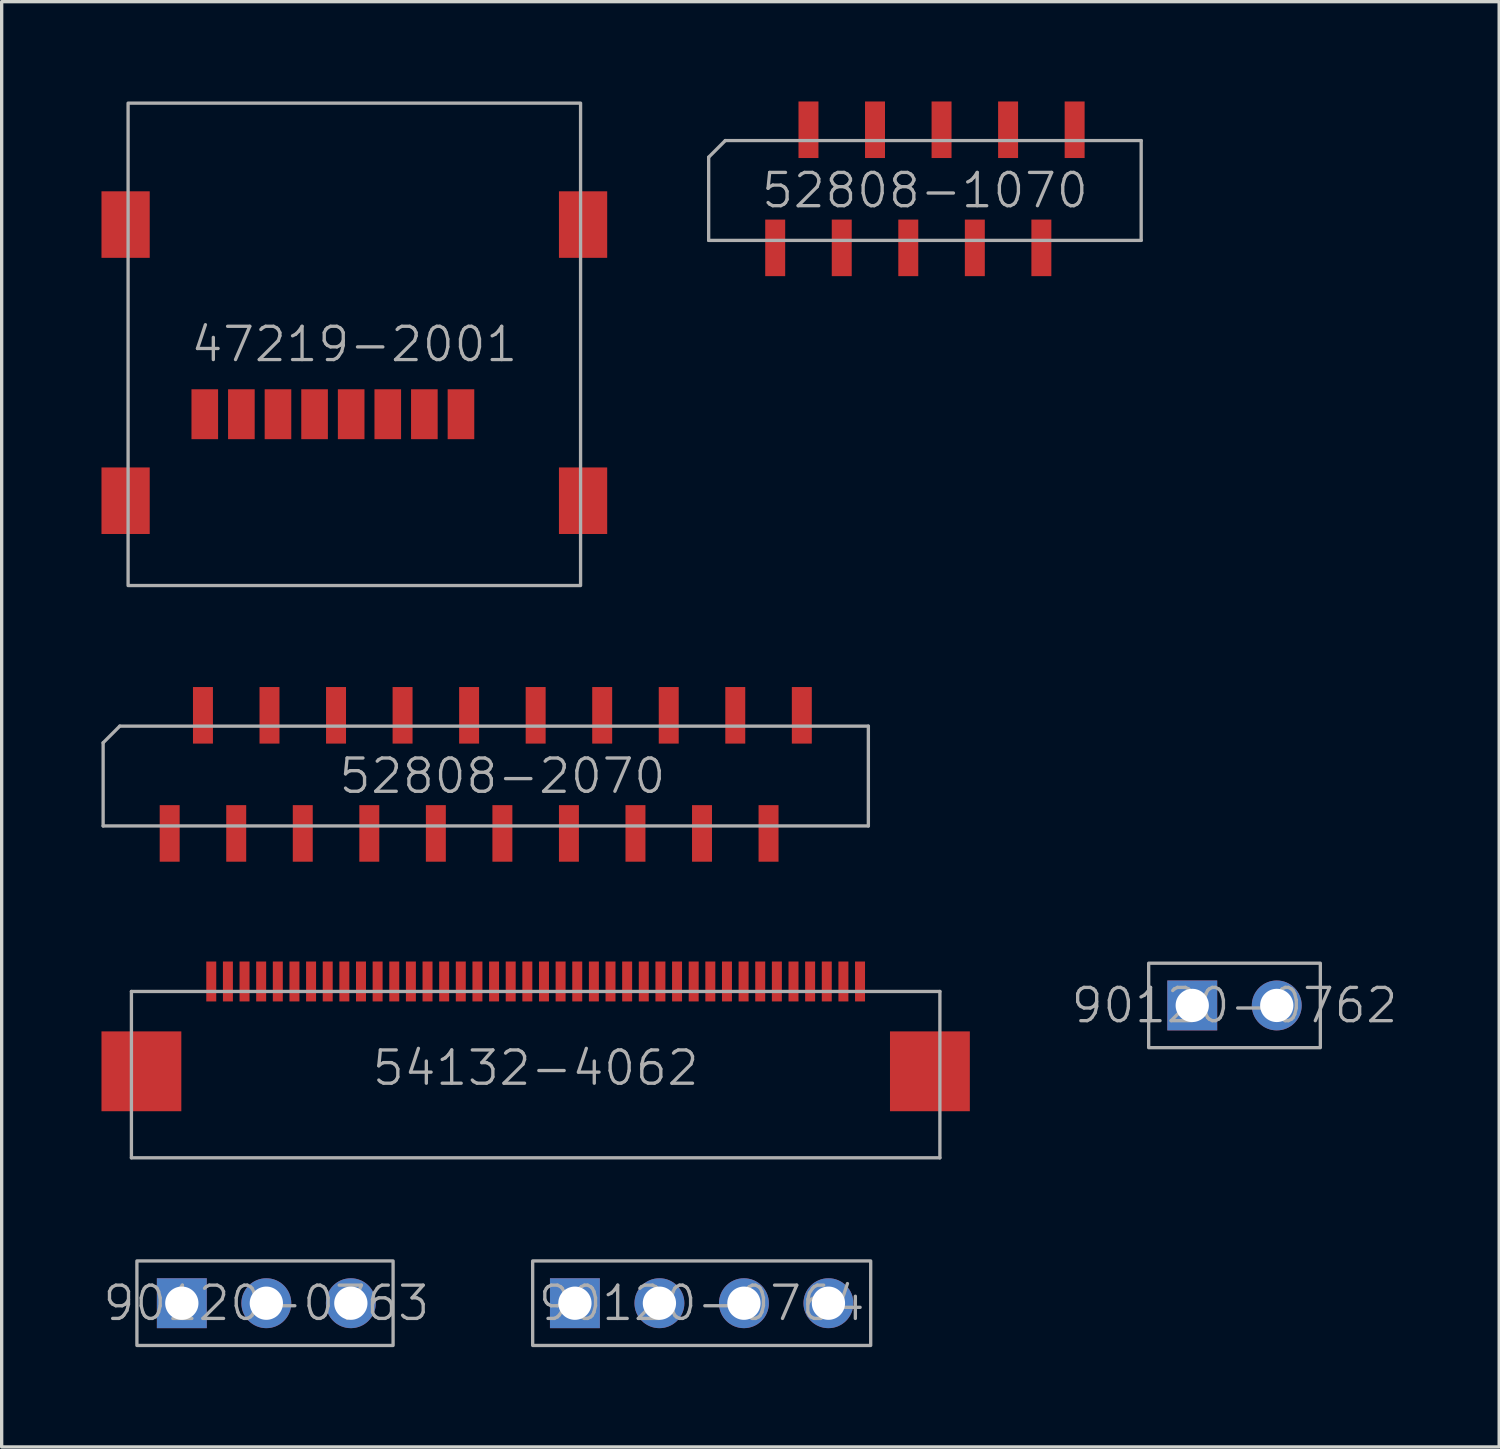
<source format=kicad_pcb>
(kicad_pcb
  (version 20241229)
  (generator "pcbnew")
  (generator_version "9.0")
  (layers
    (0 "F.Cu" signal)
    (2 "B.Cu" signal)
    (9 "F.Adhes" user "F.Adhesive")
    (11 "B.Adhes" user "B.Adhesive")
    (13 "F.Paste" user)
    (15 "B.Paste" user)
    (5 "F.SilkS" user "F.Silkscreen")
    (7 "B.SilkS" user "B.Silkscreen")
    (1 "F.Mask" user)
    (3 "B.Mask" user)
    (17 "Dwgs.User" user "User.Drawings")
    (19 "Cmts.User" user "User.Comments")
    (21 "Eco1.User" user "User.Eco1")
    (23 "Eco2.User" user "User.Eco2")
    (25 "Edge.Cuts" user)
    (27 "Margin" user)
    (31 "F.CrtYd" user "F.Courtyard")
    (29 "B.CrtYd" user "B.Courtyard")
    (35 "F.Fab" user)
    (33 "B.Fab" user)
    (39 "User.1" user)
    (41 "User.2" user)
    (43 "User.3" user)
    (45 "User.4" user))
  (footprint "54132-4062"
    (layer "F.Cu")
    (at 13.05 27.05)
    (property "Reference" "54132-4062" (at 0 2 0) (unlocked yes) (layer "F.Fab") (effects (font (size 1 1) (thickness 0.1))))
    (attr smd)
    (fp_line (start -12.15 -0.3) (end -12.15 4.7) (stroke (width 0.1) (type default)) (layer "F.Fab"))
    (fp_line (start -12.15 -0.3) (end 12.15 -0.3) (stroke (width 0.1) (type default)) (layer "F.Fab"))
    (fp_line (start -12.15 4.7) (end 12.15 4.7) (stroke (width 0.1) (type default)) (layer "F.Fab"))
    (fp_line (start 12.15 -0.3) (end 12.15 4.7) (stroke (width 0.1) (type default)) (layer "F.Fab"))
    (pad "" smd rect (at -11.85 2.1) (size 2.4 2.4) (layers "F.Cu" "F.Mask" "F.Paste"))
    (pad "" smd rect (at 11.85 2.1) (size 2.4 2.4) (layers "F.Cu" "F.Mask" "F.Paste"))
    (pad "1" smd rect (at -9.75 -0.6) (size 0.3 1.2) (layers "F.Cu" "F.Mask" "F.Paste"))
    (pad "2" smd rect (at -9.25 -0.6) (size 0.3 1.2) (layers "F.Cu" "F.Mask" "F.Paste"))
    (pad "3" smd rect (at -8.75 -0.6) (size 0.3 1.2) (layers "F.Cu" "F.Mask" "F.Paste"))
    (pad "4" smd rect (at -8.25 -0.6) (size 0.3 1.2) (layers "F.Cu" "F.Mask" "F.Paste"))
    (pad "5" smd rect (at -7.75 -0.6) (size 0.3 1.2) (layers "F.Cu" "F.Mask" "F.Paste"))
    (pad "6" smd rect (at -7.25 -0.6) (size 0.3 1.2) (layers "F.Cu" "F.Mask" "F.Paste"))
    (pad "7" smd rect (at -6.75 -0.6) (size 0.3 1.2) (layers "F.Cu" "F.Mask" "F.Paste"))
    (pad "8" smd rect (at -6.25 -0.6) (size 0.3 1.2) (layers "F.Cu" "F.Mask" "F.Paste"))
    (pad "9" smd rect (at -5.75 -0.6) (size 0.3 1.2) (layers "F.Cu" "F.Mask" "F.Paste"))
    (pad "10" smd rect (at -5.25 -0.6) (size 0.3 1.2) (layers "F.Cu" "F.Mask" "F.Paste"))
    (pad "11" smd rect (at -4.75 -0.6) (size 0.3 1.2) (layers "F.Cu" "F.Mask" "F.Paste"))
    (pad "12" smd rect (at -4.25 -0.6) (size 0.3 1.2) (layers "F.Cu" "F.Mask" "F.Paste"))
    (pad "13" smd rect (at -3.75 -0.6) (size 0.3 1.2) (layers "F.Cu" "F.Mask" "F.Paste"))
    (pad "14" smd rect (at -3.25 -0.6) (size 0.3 1.2) (layers "F.Cu" "F.Mask" "F.Paste"))
    (pad "15" smd rect (at -2.75 -0.6) (size 0.3 1.2) (layers "F.Cu" "F.Mask" "F.Paste"))
    (pad "16" smd rect (at -2.25 -0.6) (size 0.3 1.2) (layers "F.Cu" "F.Mask" "F.Paste"))
    (pad "17" smd rect (at -1.75 -0.6) (size 0.3 1.2) (layers "F.Cu" "F.Mask" "F.Paste"))
    (pad "18" smd rect (at -1.25 -0.6) (size 0.3 1.2) (layers "F.Cu" "F.Mask" "F.Paste"))
    (pad "19" smd rect (at -0.75 -0.6) (size 0.3 1.2) (layers "F.Cu" "F.Mask" "F.Paste"))
    (pad "20" smd rect (at -0.25 -0.6) (size 0.3 1.2) (layers "F.Cu" "F.Mask" "F.Paste"))
    (pad "21" smd rect (at 0.25 -0.6) (size 0.3 1.2) (layers "F.Cu" "F.Mask" "F.Paste"))
    (pad "22" smd rect (at 0.75 -0.6) (size 0.3 1.2) (layers "F.Cu" "F.Mask" "F.Paste"))
    (pad "23" smd rect (at 1.25 -0.6) (size 0.3 1.2) (layers "F.Cu" "F.Mask" "F.Paste"))
    (pad "24" smd rect (at 2.25 -0.6) (size 0.3 1.2) (layers "F.Cu" "F.Mask" "F.Paste"))
    (pad "25" smd rect (at 1.75 -0.6) (size 0.3 1.2) (layers "F.Cu" "F.Mask" "F.Paste"))
    (pad "26" smd rect (at 3.25 -0.6) (size 0.3 1.2) (layers "F.Cu" "F.Mask" "F.Paste"))
    (pad "27" smd rect (at 2.75 -0.6) (size 0.3 1.2) (layers "F.Cu" "F.Mask" "F.Paste"))
    (pad "28" smd rect (at 3.75 -0.6) (size 0.3 1.2) (layers "F.Cu" "F.Mask" "F.Paste"))
    (pad "29" smd rect (at 4.25 -0.6) (size 0.3 1.2) (layers "F.Cu" "F.Mask" "F.Paste"))
    (pad "30" smd rect (at 4.75 -0.6) (size 0.3 1.2) (layers "F.Cu" "F.Mask" "F.Paste"))
    (pad "31" smd rect (at 5.25 -0.6) (size 0.3 1.2) (layers "F.Cu" "F.Mask" "F.Paste"))
    (pad "32" smd rect (at 5.75 -0.6) (size 0.3 1.2) (layers "F.Cu" "F.Mask" "F.Paste"))
    (pad "33" smd rect (at 6.25 -0.6) (size 0.3 1.2) (layers "F.Cu" "F.Mask" "F.Paste"))
    (pad "34" smd rect (at 6.75 -0.6) (size 0.3 1.2) (layers "F.Cu" "F.Mask" "F.Paste"))
    (pad "35" smd rect (at 7.75 -0.6) (size 0.3 1.2) (layers "F.Cu" "F.Mask" "F.Paste"))
    (pad "36" smd rect (at 7.25 -0.6) (size 0.3 1.2) (layers "F.Cu" "F.Mask" "F.Paste"))
    (pad "37" smd rect (at 8.25 -0.6) (size 0.3 1.2) (layers "F.Cu" "F.Mask" "F.Paste"))
    (pad "38" smd rect (at 8.75 -0.6) (size 0.3 1.2) (layers "F.Cu" "F.Mask" "F.Paste"))
    (pad "39" smd rect (at 9.25 -0.6) (size 0.3 1.2) (layers "F.Cu" "F.Mask" "F.Paste"))
    (pad "40" smd rect (at 9.75 -0.6) (size 0.3 1.2) (layers "F.Cu" "F.Mask" "F.Paste")))
  (footprint "52808-2070"
    (layer "F.Cu")
    (at 11.55 20.275)
    (property "Reference" "52808-2070" (at 0.5 0 0) (unlocked yes) (layer "F.Fab") (effects (font (size 1 1) (thickness 0.1))))
    (attr smd)
    (fp_line (start -11.5 -1) (end -11 -1.5) (stroke (width 0.1) (type default)) (layer "F.Fab"))
    (fp_line (start -11.5 1.5) (end -11.5 -1) (stroke (width 0.1) (type default)) (layer "F.Fab"))
    (fp_line (start -11.5 1.5) (end 11.5 1.5) (stroke (width 0.1) (type default)) (layer "F.Fab"))
    (fp_line (start -11 -1.5) (end 11.5 -1.5) (stroke (width 0.1) (type default)) (layer "F.Fab"))
    (fp_line (start 11.5 1.5) (end 11.5 -1.5) (stroke (width 0.1) (type default)) (layer "F.Fab"))
    (pad "1" smd rect (at -9.5 1.725) (size 0.6 1.7) (layers "F.Cu" "F.Mask" "F.Paste"))
    (pad "2" smd rect (at -8.5 -1.825) (size 0.6 1.7) (layers "F.Cu" "F.Mask" "F.Paste"))
    (pad "3" smd rect (at -7.5 1.725) (size 0.6 1.7) (layers "F.Cu" "F.Mask" "F.Paste"))
    (pad "4" smd rect (at -6.5 -1.825) (size 0.6 1.7) (layers "F.Cu" "F.Mask" "F.Paste"))
    (pad "5" smd rect (at -5.5 1.725) (size 0.6 1.7) (layers "F.Cu" "F.Mask" "F.Paste"))
    (pad "6" smd rect (at -4.5 -1.825) (size 0.6 1.7) (layers "F.Cu" "F.Mask" "F.Paste"))
    (pad "7" smd rect (at -3.5 1.725) (size 0.6 1.7) (layers "F.Cu" "F.Mask" "F.Paste"))
    (pad "8" smd rect (at -2.5 -1.825) (size 0.6 1.7) (layers "F.Cu" "F.Mask" "F.Paste"))
    (pad "9" smd rect (at -1.5 1.725) (size 0.6 1.7) (layers "F.Cu" "F.Mask" "F.Paste"))
    (pad "10" smd rect (at -0.5 -1.825) (size 0.6 1.7) (layers "F.Cu" "F.Mask" "F.Paste"))
    (pad "11" smd rect (at 0.5 1.725) (size 0.6 1.7) (layers "F.Cu" "F.Mask" "F.Paste"))
    (pad "12" smd rect (at 1.5 -1.825) (size 0.6 1.7) (layers "F.Cu" "F.Mask" "F.Paste"))
    (pad "13" smd rect (at 2.5 1.725) (size 0.6 1.7) (layers "F.Cu" "F.Mask" "F.Paste"))
    (pad "14" smd rect (at 3.5 -1.825) (size 0.6 1.7) (layers "F.Cu" "F.Mask" "F.Paste"))
    (pad "15" smd rect (at 4.5 1.725) (size 0.6 1.7) (layers "F.Cu" "F.Mask" "F.Paste"))
    (pad "16" smd rect (at 5.5 -1.825) (size 0.6 1.7) (layers "F.Cu" "F.Mask" "F.Paste"))
    (pad "17" smd rect (at 6.5 1.725) (size 0.6 1.7) (layers "F.Cu" "F.Mask" "F.Paste"))
    (pad "18" smd rect (at 7.5 -1.825) (size 0.6 1.7) (layers "F.Cu" "F.Mask" "F.Paste"))
    (pad "19" smd rect (at 8.5 1.725) (size 0.6 1.7) (layers "F.Cu" "F.Mask" "F.Paste"))
    (pad "20" smd rect (at 9.5 -1.825) (size 0.6 1.7) (layers "F.Cu" "F.Mask" "F.Paste")))
  (footprint "90120-0763"
    (layer "F.Cu")
    (at 4.955 36.12)
    (property "Reference" "90120-0763" (at 0 0 0) (unlocked yes) (layer "F.Fab") (effects (font (size 1 1) (thickness 0.1))))
    (attr through_hole)
    (fp_rect (start -3.89 -1.27) (end 3.81 1.27) (stroke (width 0.1) (type default)) (fill no) (layer "F.Fab"))
    (pad "1" thru_hole rect (at -2.54 0) (size 1.5 1.5) (drill 1) (layers "*.Cu" "*.Mask"))
    (pad "2" thru_hole circle (at 0 0) (size 1.5 1.5) (drill 1) (layers "*.Cu" "*.Mask"))
    (pad "3" thru_hole circle (at 2.54 0) (size 1.5 1.5) (drill 1) (layers "*.Cu" "*.Mask")))
  (footprint "47219-2001"
    (layer "F.Cu")
    (at 7.6 7.3)
    (property "Reference" "47219-2001" (at 0 0 0) (unlocked yes) (layer "F.Fab") (effects (font (size 1 1) (thickness 0.1))))
    (attr smd)
    (fp_rect (start -6.8 7.25) (end 6.8 -7.25) (stroke (width 0.1) (type default)) (fill no) (layer "F.Fab"))
    (pad "1" smd rect (at 3.205 2.1) (size 0.8 1.5) (layers "F.Cu" "F.Mask" "F.Paste"))
    (pad "2" smd rect (at 2.105 2.1) (size 0.8 1.5) (layers "F.Cu" "F.Mask" "F.Paste"))
    (pad "3" smd rect (at 1.005 2.1) (size 0.8 1.5) (layers "F.Cu" "F.Mask" "F.Paste"))
    (pad "4" smd rect (at -0.095 2.1) (size 0.8 1.5) (layers "F.Cu" "F.Mask" "F.Paste"))
    (pad "5" smd rect (at -1.195 2.1) (size 0.8 1.5) (layers "F.Cu" "F.Mask" "F.Paste"))
    (pad "6" smd rect (at -2.295 2.1) (size 0.8 1.5) (layers "F.Cu" "F.Mask" "F.Paste"))
    (pad "7" smd rect (at -3.395 2.1) (size 0.8 1.5) (layers "F.Cu" "F.Mask" "F.Paste"))
    (pad "8" smd rect (at -4.495 2.1) (size 0.8 1.5) (layers "F.Cu" "F.Mask" "F.Paste"))
    (pad "9" smd rect (at -6.875 -3.6) (size 1.45 2) (layers "F.Cu" "F.Mask" "F.Paste"))
    (pad "9" smd rect (at -6.875 4.7) (size 1.45 2) (layers "F.Cu" "F.Mask" "F.Paste"))
    (pad "9" smd rect (at 6.875 -3.6) (size 1.45 2) (layers "F.Cu" "F.Mask" "F.Paste"))
    (pad "9" smd rect (at 6.875 4.7) (size 1.45 2) (layers "F.Cu" "F.Mask" "F.Paste")))
  (footprint "90120-0762"
    (layer "F.Cu")
    (at 34.055 27.17)
    (property "Reference" "90120-0762" (at 0 0 0) (unlocked yes) (layer "F.Fab") (effects (font (size 1 1) (thickness 0.1))))
    (attr through_hole)
    (fp_rect (start -2.58 -1.27) (end 2.58 1.27) (stroke (width 0.1) (type default)) (fill no) (layer "F.Fab"))
    (pad "1" thru_hole rect (at -1.27 0) (size 1.5 1.5) (drill 1) (layers "*.Cu" "*.Mask"))
    (pad "2" thru_hole circle (at 1.27 0) (size 1.5 1.5) (drill 1) (layers "*.Cu" "*.Mask")))
  (footprint "52808-1070"
    (layer "F.Cu")
    (at 24.75 2.675)
    (property "Reference" "52808-1070" (at 0 0 0) (unlocked yes) (layer "F.Fab") (effects (font (size 1 1) (thickness 0.1))))
    (attr smd)
    (fp_line (start -6.5 -1) (end -6 -1.5) (stroke (width 0.1) (type default)) (layer "F.Fab"))
    (fp_line (start -6.5 1.5) (end -6.5 -1) (stroke (width 0.1) (type default)) (layer "F.Fab"))
    (fp_line (start -6.5 1.5) (end 6.5 1.5) (stroke (width 0.1) (type default)) (layer "F.Fab"))
    (fp_line (start -6 -1.5) (end 6.5 -1.5) (stroke (width 0.1) (type default)) (layer "F.Fab"))
    (fp_line (start 6.5 1.5) (end 6.5 -1.5) (stroke (width 0.1) (type default)) (layer "F.Fab"))
    (pad "1" smd rect (at -4.5 1.725) (size 0.6 1.7) (layers "F.Cu" "F.Mask" "F.Paste"))
    (pad "2" smd rect (at -3.5 -1.825) (size 0.6 1.7) (layers "F.Cu" "F.Mask" "F.Paste"))
    (pad "3" smd rect (at -2.5 1.725) (size 0.6 1.7) (layers "F.Cu" "F.Mask" "F.Paste"))
    (pad "4" smd rect (at -1.5 -1.825) (size 0.6 1.7) (layers "F.Cu" "F.Mask" "F.Paste"))
    (pad "5" smd rect (at -0.5 1.725) (size 0.6 1.7) (layers "F.Cu" "F.Mask" "F.Paste"))
    (pad "6" smd rect (at 0.5 -1.825) (size 0.6 1.7) (layers "F.Cu" "F.Mask" "F.Paste"))
    (pad "7" smd rect (at 1.5 1.725) (size 0.6 1.7) (layers "F.Cu" "F.Mask" "F.Paste"))
    (pad "8" smd rect (at 2.5 -1.825) (size 0.6 1.7) (layers "F.Cu" "F.Mask" "F.Paste"))
    (pad "9" smd rect (at 3.5 1.725) (size 0.6 1.7) (layers "F.Cu" "F.Mask" "F.Paste"))
    (pad "10" smd rect (at 4.5 -1.825) (size 0.6 1.7) (layers "F.Cu" "F.Mask" "F.Paste")))
  (footprint "90120-0764"
    (layer "F.Cu")
    (at 18.04 36.12)
    (property "Reference" "90120-0764" (at 0 0 0) (unlocked yes) (layer "F.Fab") (effects (font (size 1 1) (thickness 0.1))))
    (attr through_hole)
    (fp_rect (start -5.08 -1.27) (end 5.08 1.27) (stroke (width 0.1) (type default)) (fill no) (layer "F.Fab"))
    (pad "1" thru_hole rect (at -3.81 0) (size 1.5 1.5) (drill 1) (layers "*.Cu" "*.Mask"))
    (pad "2" thru_hole circle (at -1.27 0) (size 1.5 1.5) (drill 1) (layers "*.Cu" "*.Mask"))
    (pad "3" thru_hole circle (at 1.27 0) (size 1.5 1.5) (drill 1) (layers "*.Cu" "*.Mask"))
    (pad "4" thru_hole circle (at 3.81 0) (size 1.5 1.5) (drill 1) (layers "*.Cu" "*.Mask")))
  (gr_rect
    (start -3 -3)
    (end 42.01 40.44)
    (stroke (width 0.1) (type default))
    (fill no)
    (layer "Edge.Cuts")))
</source>
